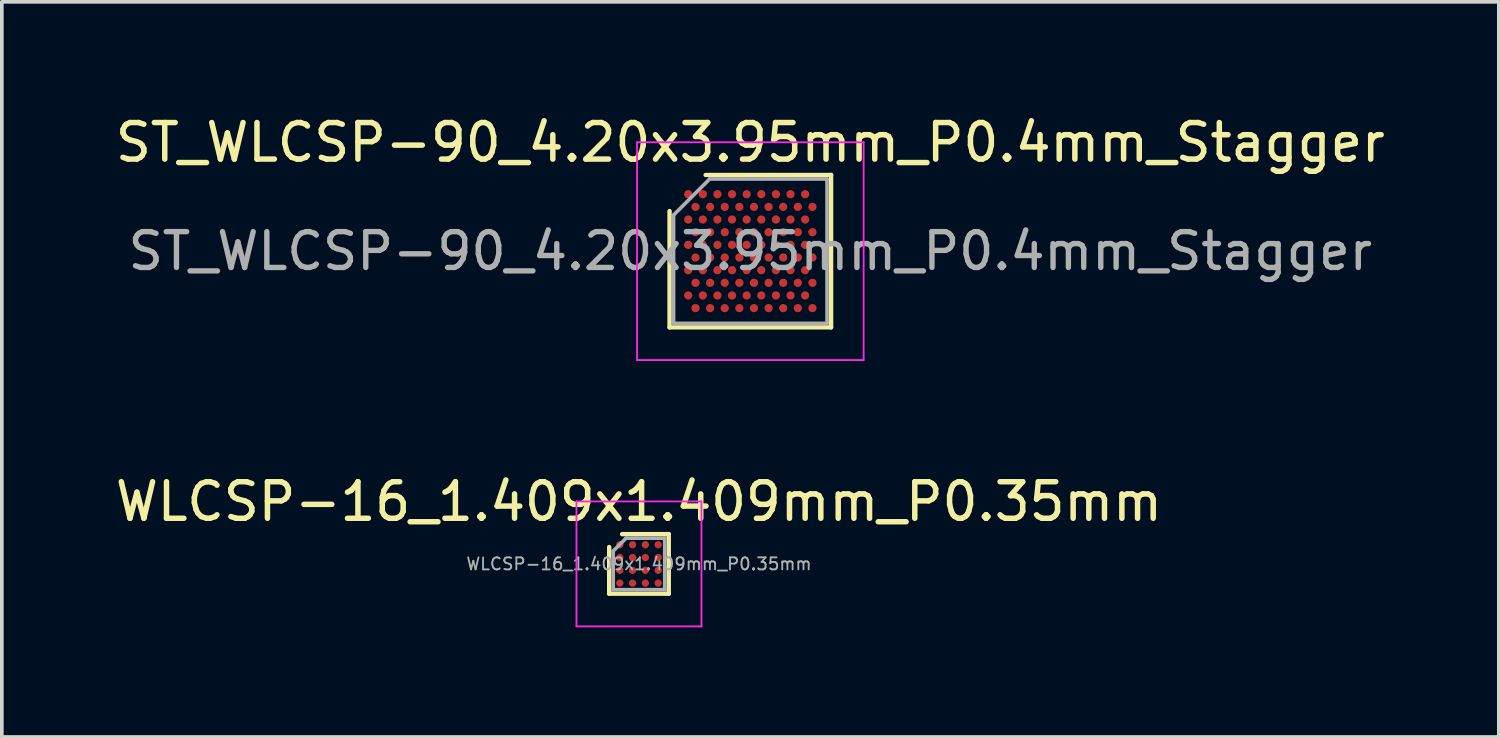
<source format=kicad_pcb>
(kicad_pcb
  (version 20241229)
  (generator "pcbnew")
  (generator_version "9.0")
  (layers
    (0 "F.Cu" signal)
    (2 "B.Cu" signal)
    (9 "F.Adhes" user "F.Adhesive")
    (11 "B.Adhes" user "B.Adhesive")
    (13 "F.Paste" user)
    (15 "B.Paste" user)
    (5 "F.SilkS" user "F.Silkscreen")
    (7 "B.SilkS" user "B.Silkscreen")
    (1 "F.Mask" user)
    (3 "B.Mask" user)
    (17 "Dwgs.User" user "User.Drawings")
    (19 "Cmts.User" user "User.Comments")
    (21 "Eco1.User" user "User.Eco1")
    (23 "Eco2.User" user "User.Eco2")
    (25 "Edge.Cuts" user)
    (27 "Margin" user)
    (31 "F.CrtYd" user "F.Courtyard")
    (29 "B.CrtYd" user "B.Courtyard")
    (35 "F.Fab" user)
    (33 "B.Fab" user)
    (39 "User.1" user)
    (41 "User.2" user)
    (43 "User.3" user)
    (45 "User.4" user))
  (footprint "WLCSP-16_1.409x1.409mm_P0.35mm"
    (layer "F.Cu")
    (at 14.435 12.381)
    (property "Reference" "WLCSP-16_1.409x1.409mm_P0.35mm" (at 0 -1.704 0) (layer "F.SilkS") (effects (font (size 1 1) (thickness 0.15))))
    (attr smd)
    (fp_line (start -0.815 0.815) (end -0.815 -0.462) (stroke (width 0.12) (type solid)) (layer "F.SilkS"))
    (fp_line (start -0.462 -0.815) (end 0.815 -0.815) (stroke (width 0.12) (type solid)) (layer "F.SilkS"))
    (fp_line (start 0.815 -0.815) (end 0.815 0.815) (stroke (width 0.12) (type solid)) (layer "F.SilkS"))
    (fp_line (start 0.815 0.815) (end -0.815 0.815) (stroke (width 0.12) (type solid)) (layer "F.SilkS"))
    (fp_line (start -1.71 -1.71) (end -1.71 1.71) (stroke (width 0.05) (type solid)) (layer "F.CrtYd"))
    (fp_line (start -1.71 1.71) (end 1.71 1.71) (stroke (width 0.05) (type solid)) (layer "F.CrtYd"))
    (fp_line (start 1.71 -1.71) (end -1.71 -1.71) (stroke (width 0.05) (type solid)) (layer "F.CrtYd"))
    (fp_line (start 1.71 1.71) (end 1.71 -1.71) (stroke (width 0.05) (type solid)) (layer "F.CrtYd"))
    (fp_line (start -0.705 -0.352) (end -0.352 -0.705) (stroke (width 0.1) (type solid)) (layer "F.Fab"))
    (fp_line (start -0.705 0.705) (end -0.705 -0.352) (stroke (width 0.1) (type solid)) (layer "F.Fab"))
    (fp_line (start -0.352 -0.705) (end 0.705 -0.705) (stroke (width 0.1) (type solid)) (layer "F.Fab"))
    (fp_line (start 0.705 -0.705) (end 0.705 0.705) (stroke (width 0.1) (type solid)) (layer "F.Fab"))
    (fp_line (start 0.705 0.705) (end -0.705 0.705) (stroke (width 0.1) (type solid)) (layer "F.Fab"))
    (fp_text user "${REFERENCE}" (at 0 0 0) (layer "F.Fab") (effects (font (size 0.33 0.33) (thickness 0.05))))
    (pad "A1" smd circle (at -0.525 -0.525) (size 0.2 0.2) (layers "F.Cu" "F.Mask" "F.Paste"))
    (pad "A2" smd circle (at -0.175 -0.525) (size 0.2 0.2) (layers "F.Cu" "F.Mask" "F.Paste"))
    (pad "A3" smd circle (at 0.175 -0.525) (size 0.2 0.2) (layers "F.Cu" "F.Mask" "F.Paste"))
    (pad "A4" smd circle (at 0.525 -0.525) (size 0.2 0.2) (layers "F.Cu" "F.Mask" "F.Paste"))
    (pad "B1" smd circle (at -0.525 -0.175) (size 0.2 0.2) (layers "F.Cu" "F.Mask" "F.Paste"))
    (pad "B2" smd circle (at -0.175 -0.175) (size 0.2 0.2) (layers "F.Cu" "F.Mask" "F.Paste"))
    (pad "B3" smd circle (at 0.175 -0.175) (size 0.2 0.2) (layers "F.Cu" "F.Mask" "F.Paste"))
    (pad "B4" smd circle (at 0.525 -0.175) (size 0.2 0.2) (layers "F.Cu" "F.Mask" "F.Paste"))
    (pad "C1" smd circle (at -0.525 0.175) (size 0.2 0.2) (layers "F.Cu" "F.Mask" "F.Paste"))
    (pad "C2" smd circle (at -0.175 0.175) (size 0.2 0.2) (layers "F.Cu" "F.Mask" "F.Paste"))
    (pad "C3" smd circle (at 0.175 0.175) (size 0.2 0.2) (layers "F.Cu" "F.Mask" "F.Paste"))
    (pad "C4" smd circle (at 0.525 0.175) (size 0.2 0.2) (layers "F.Cu" "F.Mask" "F.Paste"))
    (pad "D1" smd circle (at -0.525 0.525) (size 0.2 0.2) (layers "F.Cu" "F.Mask" "F.Paste"))
    (pad "D2" smd circle (at -0.175 0.525) (size 0.2 0.2) (layers "F.Cu" "F.Mask" "F.Paste"))
    (pad "D3" smd circle (at 0.175 0.525) (size 0.2 0.2) (layers "F.Cu" "F.Mask" "F.Paste"))
    (pad "D4" smd circle (at 0.525 0.525) (size 0.2 0.2) (layers "F.Cu" "F.Mask" "F.Paste")))
  (footprint "ST_WLCSP-90_4.20x3.95mm_P0.4mm_Stagger"
    (layer "F.Cu")
    (at 17.482 3.823)
    (property "Reference" "ST_WLCSP-90_4.20x3.95mm_P0.4mm_Stagger" (at 0 -2.975 0) (layer "F.SilkS") (effects (font (size 1 1) (thickness 0.15))))
    (attr smd)
    (fp_line (start -2.21 2.085) (end -2.21 -1.097) (stroke (width 0.12) (type solid)) (layer "F.SilkS"))
    (fp_line (start -1.222 -2.085) (end 2.21 -2.085) (stroke (width 0.12) (type solid)) (layer "F.SilkS"))
    (fp_line (start 2.21 -2.085) (end 2.21 2.085) (stroke (width 0.12) (type solid)) (layer "F.SilkS"))
    (fp_line (start 2.21 2.085) (end -2.21 2.085) (stroke (width 0.12) (type solid)) (layer "F.SilkS"))
    (fp_line (start -3.1 -2.98) (end -3.1 2.98) (stroke (width 0.05) (type solid)) (layer "F.CrtYd"))
    (fp_line (start -3.1 2.98) (end 3.1 2.98) (stroke (width 0.05) (type solid)) (layer "F.CrtYd"))
    (fp_line (start 3.1 -2.98) (end -3.1 -2.98) (stroke (width 0.05) (type solid)) (layer "F.CrtYd"))
    (fp_line (start 3.1 2.98) (end 3.1 -2.98) (stroke (width 0.05) (type solid)) (layer "F.CrtYd"))
    (fp_line (start -2.1 -0.988) (end -1.113 -1.975) (stroke (width 0.1) (type solid)) (layer "F.Fab"))
    (fp_line (start -2.1 1.975) (end -2.1 -0.988) (stroke (width 0.1) (type solid)) (layer "F.Fab"))
    (fp_line (start -1.113 -1.975) (end 2.1 -1.975) (stroke (width 0.1) (type solid)) (layer "F.Fab"))
    (fp_line (start 2.1 -1.975) (end 2.1 1.975) (stroke (width 0.1) (type solid)) (layer "F.Fab"))
    (fp_line (start 2.1 1.975) (end -2.1 1.975) (stroke (width 0.1) (type solid)) (layer "F.Fab"))
    (fp_text user "${REFERENCE}" (at 0 0 0) (layer "F.Fab") (effects (font (size 0.98 0.98) (thickness 0.147))))
    (pad "A1" smd circle (at -1.7 -1.559) (size 0.225 0.225) (layers "F.Cu" "F.Mask" "F.Paste"))
    (pad "A3" smd circle (at -1.3 -1.559) (size 0.225 0.225) (layers "F.Cu" "F.Mask" "F.Paste"))
    (pad "A5" smd circle (at -0.9 -1.559) (size 0.225 0.225) (layers "F.Cu" "F.Mask" "F.Paste"))
    (pad "A7" smd circle (at -0.5 -1.559) (size 0.225 0.225) (layers "F.Cu" "F.Mask" "F.Paste"))
    (pad "A9" smd circle (at -0.1 -1.559) (size 0.225 0.225) (layers "F.Cu" "F.Mask" "F.Paste"))
    (pad "A11" smd circle (at 0.3 -1.559) (size 0.225 0.225) (layers "F.Cu" "F.Mask" "F.Paste"))
    (pad "A13" smd circle (at 0.7 -1.559) (size 0.225 0.225) (layers "F.Cu" "F.Mask" "F.Paste"))
    (pad "A15" smd circle (at 1.1 -1.559) (size 0.225 0.225) (layers "F.Cu" "F.Mask" "F.Paste"))
    (pad "A17" smd circle (at 1.5 -1.559) (size 0.225 0.225) (layers "F.Cu" "F.Mask" "F.Paste"))
    (pad "B2" smd circle (at -1.5 -1.212) (size 0.225 0.225) (layers "F.Cu" "F.Mask" "F.Paste"))
    (pad "B4" smd circle (at -1.1 -1.212) (size 0.225 0.225) (layers "F.Cu" "F.Mask" "F.Paste"))
    (pad "B6" smd circle (at -0.7 -1.212) (size 0.225 0.225) (layers "F.Cu" "F.Mask" "F.Paste"))
    (pad "B8" smd circle (at -0.3 -1.212) (size 0.225 0.225) (layers "F.Cu" "F.Mask" "F.Paste"))
    (pad "B10" smd circle (at 0.1 -1.212) (size 0.225 0.225) (layers "F.Cu" "F.Mask" "F.Paste"))
    (pad "B12" smd circle (at 0.5 -1.212) (size 0.225 0.225) (layers "F.Cu" "F.Mask" "F.Paste"))
    (pad "B14" smd circle (at 0.9 -1.212) (size 0.225 0.225) (layers "F.Cu" "F.Mask" "F.Paste"))
    (pad "B16" smd circle (at 1.3 -1.212) (size 0.225 0.225) (layers "F.Cu" "F.Mask" "F.Paste"))
    (pad "B18" smd circle (at 1.7 -1.212) (size 0.225 0.225) (layers "F.Cu" "F.Mask" "F.Paste"))
    (pad "C1" smd circle (at -1.7 -0.866) (size 0.225 0.225) (layers "F.Cu" "F.Mask" "F.Paste"))
    (pad "C3" smd circle (at -1.3 -0.866) (size 0.225 0.225) (layers "F.Cu" "F.Mask" "F.Paste"))
    (pad "C5" smd circle (at -0.9 -0.866) (size 0.225 0.225) (layers "F.Cu" "F.Mask" "F.Paste"))
    (pad "C7" smd circle (at -0.5 -0.866) (size 0.225 0.225) (layers "F.Cu" "F.Mask" "F.Paste"))
    (pad "C9" smd circle (at -0.1 -0.866) (size 0.225 0.225) (layers "F.Cu" "F.Mask" "F.Paste"))
    (pad "C11" smd circle (at 0.3 -0.866) (size 0.225 0.225) (layers "F.Cu" "F.Mask" "F.Paste"))
    (pad "C13" smd circle (at 0.7 -0.866) (size 0.225 0.225) (layers "F.Cu" "F.Mask" "F.Paste"))
    (pad "C15" smd circle (at 1.1 -0.866) (size 0.225 0.225) (layers "F.Cu" "F.Mask" "F.Paste"))
    (pad "C17" smd circle (at 1.5 -0.866) (size 0.225 0.225) (layers "F.Cu" "F.Mask" "F.Paste"))
    (pad "D2" smd circle (at -1.5 -0.52) (size 0.225 0.225) (layers "F.Cu" "F.Mask" "F.Paste"))
    (pad "D4" smd circle (at -1.1 -0.52) (size 0.225 0.225) (layers "F.Cu" "F.Mask" "F.Paste"))
    (pad "D6" smd circle (at -0.7 -0.52) (size 0.225 0.225) (layers "F.Cu" "F.Mask" "F.Paste"))
    (pad "D8" smd circle (at -0.3 -0.52) (size 0.225 0.225) (layers "F.Cu" "F.Mask" "F.Paste"))
    (pad "D10" smd circle (at 0.1 -0.52) (size 0.225 0.225) (layers "F.Cu" "F.Mask" "F.Paste"))
    (pad "D12" smd circle (at 0.5 -0.52) (size 0.225 0.225) (layers "F.Cu" "F.Mask" "F.Paste"))
    (pad "D14" smd circle (at 0.9 -0.52) (size 0.225 0.225) (layers "F.Cu" "F.Mask" "F.Paste"))
    (pad "D16" smd circle (at 1.3 -0.52) (size 0.225 0.225) (layers "F.Cu" "F.Mask" "F.Paste"))
    (pad "D18" smd circle (at 1.7 -0.52) (size 0.225 0.225) (layers "F.Cu" "F.Mask" "F.Paste"))
    (pad "E1" smd circle (at -1.7 -0.173) (size 0.225 0.225) (layers "F.Cu" "F.Mask" "F.Paste"))
    (pad "E3" smd circle (at -1.3 -0.173) (size 0.225 0.225) (layers "F.Cu" "F.Mask" "F.Paste"))
    (pad "E5" smd circle (at -0.9 -0.173) (size 0.225 0.225) (layers "F.Cu" "F.Mask" "F.Paste"))
    (pad "E7" smd circle (at -0.5 -0.173) (size 0.225 0.225) (layers "F.Cu" "F.Mask" "F.Paste"))
    (pad "E9" smd circle (at -0.1 -0.173) (size 0.225 0.225) (layers "F.Cu" "F.Mask" "F.Paste"))
    (pad "E11" smd circle (at 0.3 -0.173) (size 0.225 0.225) (layers "F.Cu" "F.Mask" "F.Paste"))
    (pad "E13" smd circle (at 0.7 -0.173) (size 0.225 0.225) (layers "F.Cu" "F.Mask" "F.Paste"))
    (pad "E15" smd circle (at 1.1 -0.173) (size 0.225 0.225) (layers "F.Cu" "F.Mask" "F.Paste"))
    (pad "E17" smd circle (at 1.5 -0.173) (size 0.225 0.225) (layers "F.Cu" "F.Mask" "F.Paste"))
    (pad "F2" smd circle (at -1.5 0.173) (size 0.225 0.225) (layers "F.Cu" "F.Mask" "F.Paste"))
    (pad "F4" smd circle (at -1.1 0.173) (size 0.225 0.225) (layers "F.Cu" "F.Mask" "F.Paste"))
    (pad "F6" smd circle (at -0.7 0.173) (size 0.225 0.225) (layers "F.Cu" "F.Mask" "F.Paste"))
    (pad "F8" smd circle (at -0.3 0.173) (size 0.225 0.225) (layers "F.Cu" "F.Mask" "F.Paste"))
    (pad "F10" smd circle (at 0.1 0.173) (size 0.225 0.225) (layers "F.Cu" "F.Mask" "F.Paste"))
    (pad "F12" smd circle (at 0.5 0.173) (size 0.225 0.225) (layers "F.Cu" "F.Mask" "F.Paste"))
    (pad "F14" smd circle (at 0.9 0.173) (size 0.225 0.225) (layers "F.Cu" "F.Mask" "F.Paste"))
    (pad "F16" smd circle (at 1.3 0.173) (size 0.225 0.225) (layers "F.Cu" "F.Mask" "F.Paste"))
    (pad "F18" smd circle (at 1.7 0.173) (size 0.225 0.225) (layers "F.Cu" "F.Mask" "F.Paste"))
    (pad "G1" smd circle (at -1.7 0.52) (size 0.225 0.225) (layers "F.Cu" "F.Mask" "F.Paste"))
    (pad "G3" smd circle (at -1.3 0.52) (size 0.225 0.225) (layers "F.Cu" "F.Mask" "F.Paste"))
    (pad "G5" smd circle (at -0.9 0.52) (size 0.225 0.225) (layers "F.Cu" "F.Mask" "F.Paste"))
    (pad "G7" smd circle (at -0.5 0.52) (size 0.225 0.225) (layers "F.Cu" "F.Mask" "F.Paste"))
    (pad "G9" smd circle (at -0.1 0.52) (size 0.225 0.225) (layers "F.Cu" "F.Mask" "F.Paste"))
    (pad "G11" smd circle (at 0.3 0.52) (size 0.225 0.225) (layers "F.Cu" "F.Mask" "F.Paste"))
    (pad "G13" smd circle (at 0.7 0.52) (size 0.225 0.225) (layers "F.Cu" "F.Mask" "F.Paste"))
    (pad "G15" smd circle (at 1.1 0.52) (size 0.225 0.225) (layers "F.Cu" "F.Mask" "F.Paste"))
    (pad "G17" smd circle (at 1.5 0.52) (size 0.225 0.225) (layers "F.Cu" "F.Mask" "F.Paste"))
    (pad "H2" smd circle (at -1.5 0.866) (size 0.225 0.225) (layers "F.Cu" "F.Mask" "F.Paste"))
    (pad "H4" smd circle (at -1.1 0.866) (size 0.225 0.225) (layers "F.Cu" "F.Mask" "F.Paste"))
    (pad "H6" smd circle (at -0.7 0.866) (size 0.225 0.225) (layers "F.Cu" "F.Mask" "F.Paste"))
    (pad "H8" smd circle (at -0.3 0.866) (size 0.225 0.225) (layers "F.Cu" "F.Mask" "F.Paste"))
    (pad "H10" smd circle (at 0.1 0.866) (size 0.225 0.225) (layers "F.Cu" "F.Mask" "F.Paste"))
    (pad "H12" smd circle (at 0.5 0.866) (size 0.225 0.225) (layers "F.Cu" "F.Mask" "F.Paste"))
    (pad "H14" smd circle (at 0.9 0.866) (size 0.225 0.225) (layers "F.Cu" "F.Mask" "F.Paste"))
    (pad "H16" smd circle (at 1.3 0.866) (size 0.225 0.225) (layers "F.Cu" "F.Mask" "F.Paste"))
    (pad "H18" smd circle (at 1.7 0.866) (size 0.225 0.225) (layers "F.Cu" "F.Mask" "F.Paste"))
    (pad "J1" smd circle (at -1.7 1.212) (size 0.225 0.225) (layers "F.Cu" "F.Mask" "F.Paste"))
    (pad "J3" smd circle (at -1.3 1.212) (size 0.225 0.225) (layers "F.Cu" "F.Mask" "F.Paste"))
    (pad "J5" smd circle (at -0.9 1.212) (size 0.225 0.225) (layers "F.Cu" "F.Mask" "F.Paste"))
    (pad "J7" smd circle (at -0.5 1.212) (size 0.225 0.225) (layers "F.Cu" "F.Mask" "F.Paste"))
    (pad "J9" smd circle (at -0.1 1.212) (size 0.225 0.225) (layers "F.Cu" "F.Mask" "F.Paste"))
    (pad "J11" smd circle (at 0.3 1.212) (size 0.225 0.225) (layers "F.Cu" "F.Mask" "F.Paste"))
    (pad "J13" smd circle (at 0.7 1.212) (size 0.225 0.225) (layers "F.Cu" "F.Mask" "F.Paste"))
    (pad "J15" smd circle (at 1.1 1.212) (size 0.225 0.225) (layers "F.Cu" "F.Mask" "F.Paste"))
    (pad "J17" smd circle (at 1.5 1.212) (size 0.225 0.225) (layers "F.Cu" "F.Mask" "F.Paste"))
    (pad "K2" smd circle (at -1.5 1.559) (size 0.225 0.225) (layers "F.Cu" "F.Mask" "F.Paste"))
    (pad "K4" smd circle (at -1.1 1.559) (size 0.225 0.225) (layers "F.Cu" "F.Mask" "F.Paste"))
    (pad "K6" smd circle (at -0.7 1.559) (size 0.225 0.225) (layers "F.Cu" "F.Mask" "F.Paste"))
    (pad "K8" smd circle (at -0.3 1.559) (size 0.225 0.225) (layers "F.Cu" "F.Mask" "F.Paste"))
    (pad "K10" smd circle (at 0.1 1.559) (size 0.225 0.225) (layers "F.Cu" "F.Mask" "F.Paste"))
    (pad "K12" smd circle (at 0.5 1.559) (size 0.225 0.225) (layers "F.Cu" "F.Mask" "F.Paste"))
    (pad "K14" smd circle (at 0.9 1.559) (size 0.225 0.225) (layers "F.Cu" "F.Mask" "F.Paste"))
    (pad "K16" smd circle (at 1.3 1.559) (size 0.225 0.225) (layers "F.Cu" "F.Mask" "F.Paste"))
    (pad "K18" smd circle (at 1.7 1.559) (size 0.225 0.225) (layers "F.Cu" "F.Mask" "F.Paste")))
  (gr_rect
    (start -3 -3)
    (end 37.964 17.116)
    (stroke (width 0.1) (type default))
    (fill no)
    (layer "Edge.Cuts")))
</source>
